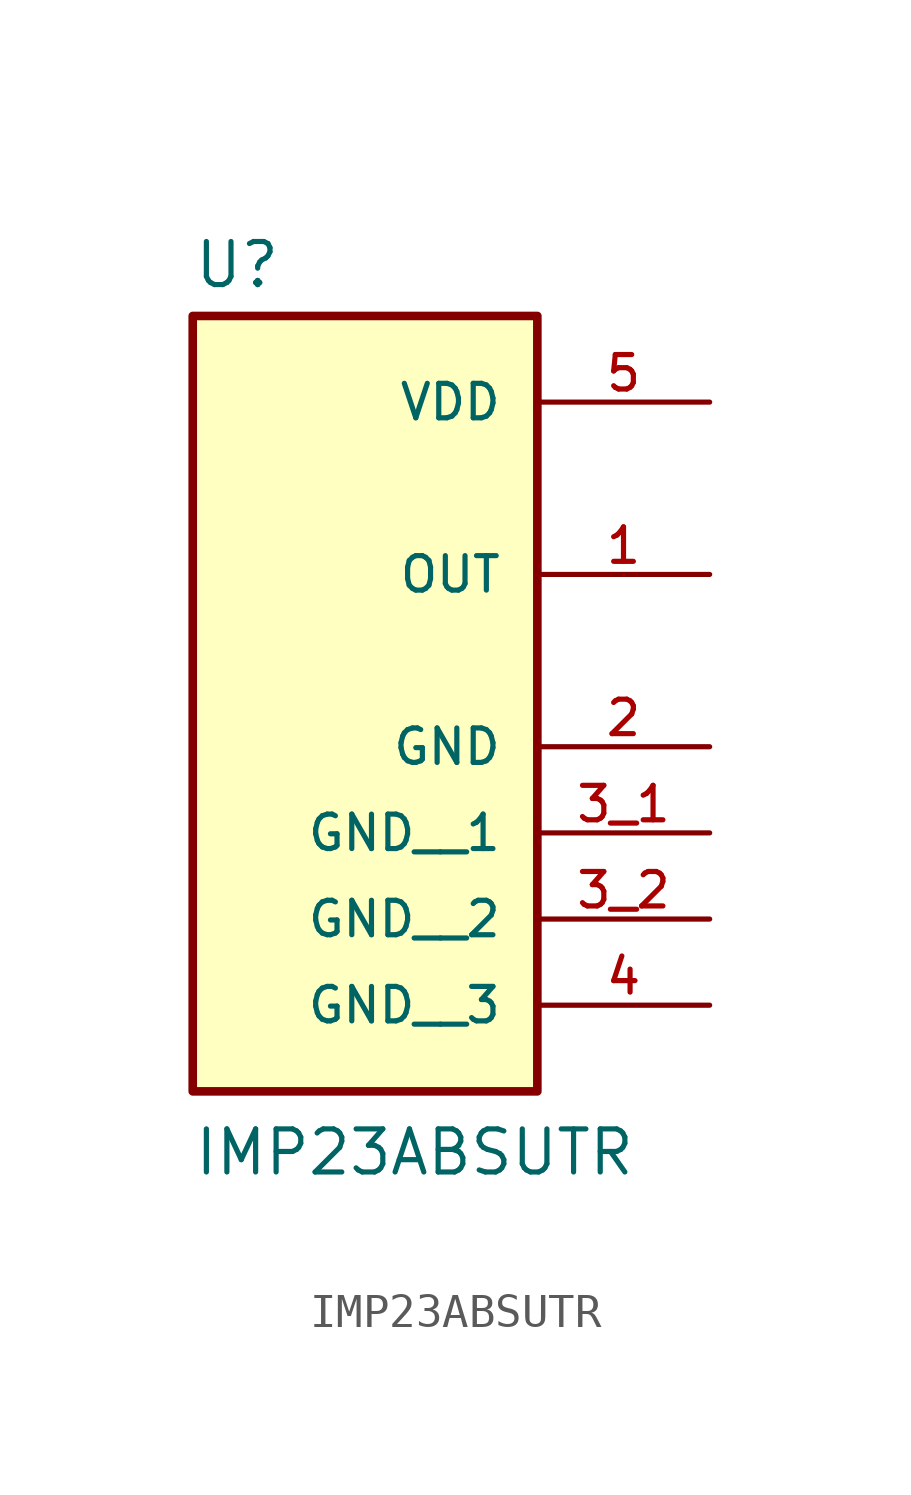
<source format=kicad_sym>
(kicad_symbol_lib
  (version 20241209)
  (generator "kicad_symbol_editor")
  (generator_version "9.0")
  (symbol "IMP23ABSUTR"
    (pin_names
      (offset 1.016))
    (property "Reference" "U"
      (at -5.08 8.382 0)
      (effects (font (size 1.27 1.27)) (justify left bottom)))
    (property "Value" "IMP23ABSUTR"
      (at -5.08 -17.78 0)
      (effects (font (size 1.27 1.27)) (justify left bottom)))
    (symbol "IMP23ABSUTR_0_0"
      (rectangle (start -5.08 -15.24) (end 5.08 7.62) (stroke (width 0.254) (type default)) (fill (type background)))
      (pin power_in line (at 10.16 5.08 180) (length 5.08) (name "VDD" (effects (font (size 1.016 1.016)))) (number "5" (effects (font (size 1.016 1.016)))))
      (pin output line (at 10.16 0 180) (length 5.08) (name "OUT" (effects (font (size 1.016 1.016)))) (number "1" (effects (font (size 1.016 1.016)))))
      (pin power_in line (at 10.16 -5.08 180) (length 5.08) (name "GND" (effects (font (size 1.016 1.016)))) (number "2" (effects (font (size 1.016 1.016)))))
      (pin power_in line (at 10.16 -7.62 180) (length 5.08) (name "GND__1" (effects (font (size 1.016 1.016)))) (number "3_1" (effects (font (size 1.016 1.016)))))
      (pin power_in line (at 10.16 -10.16 180) (length 5.08) (name "GND__2" (effects (font (size 1.016 1.016)))) (number "3_2" (effects (font (size 1.016 1.016)))))
      (pin power_in line (at 10.16 -12.7 180) (length 5.08) (name "GND__3" (effects (font (size 1.016 1.016)))) (number "4" (effects (font (size 1.016 1.016))))))))
</source>
